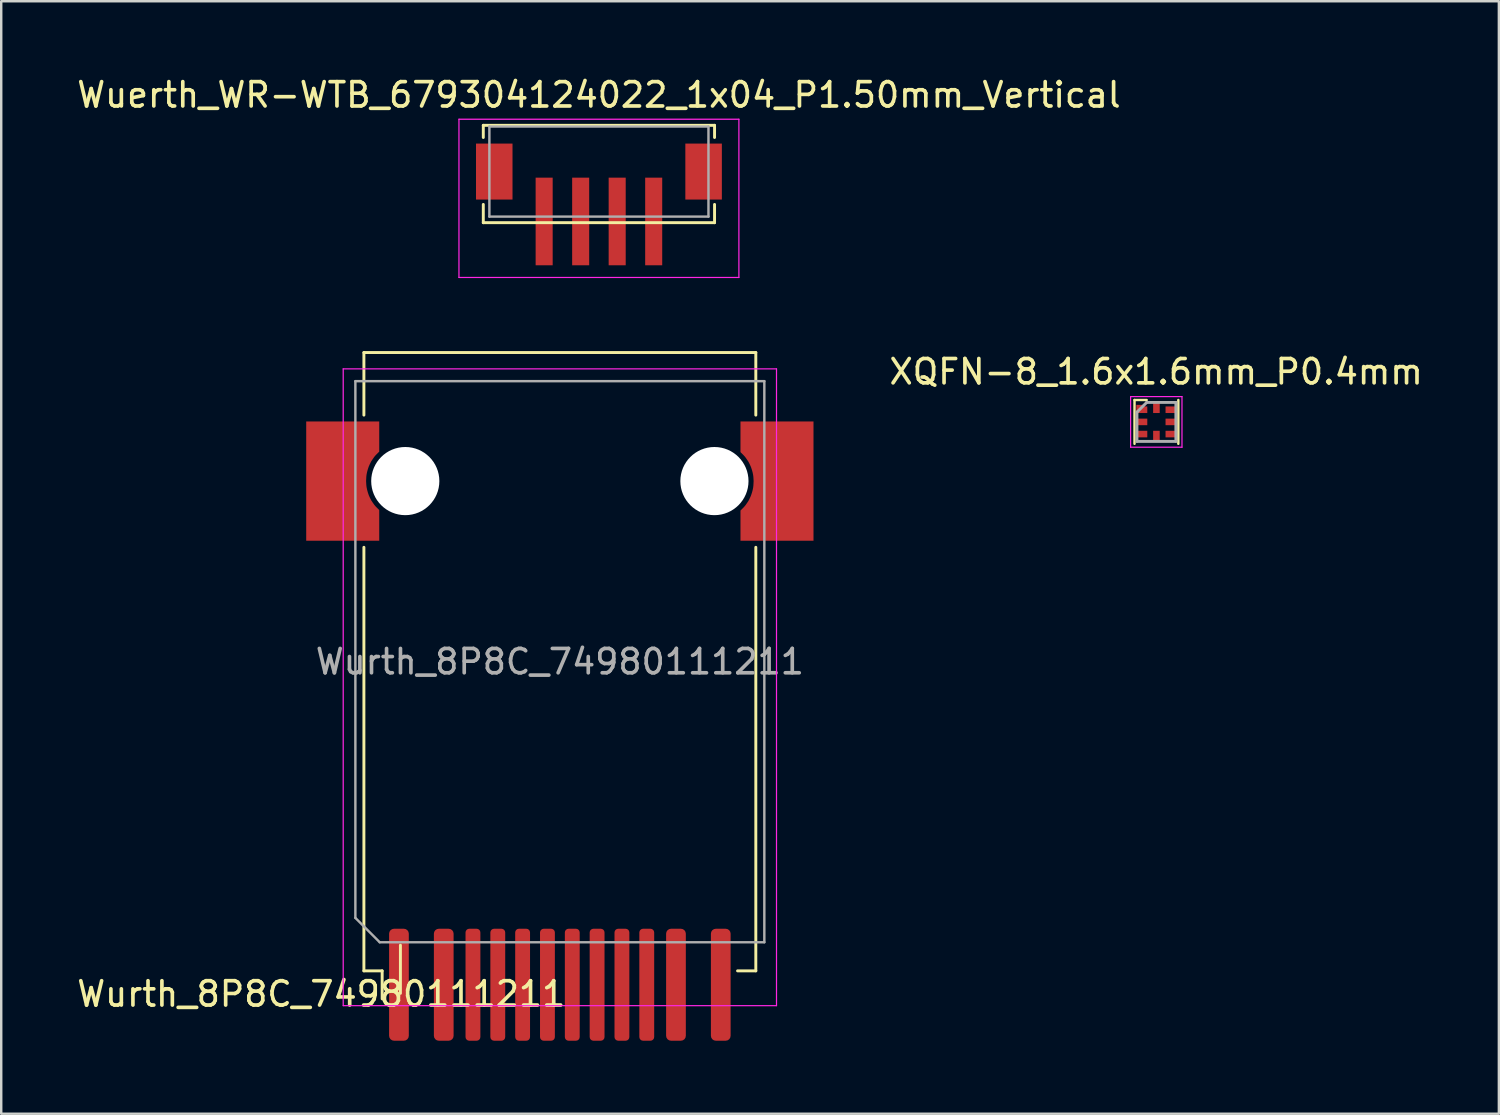
<source format=kicad_pcb>
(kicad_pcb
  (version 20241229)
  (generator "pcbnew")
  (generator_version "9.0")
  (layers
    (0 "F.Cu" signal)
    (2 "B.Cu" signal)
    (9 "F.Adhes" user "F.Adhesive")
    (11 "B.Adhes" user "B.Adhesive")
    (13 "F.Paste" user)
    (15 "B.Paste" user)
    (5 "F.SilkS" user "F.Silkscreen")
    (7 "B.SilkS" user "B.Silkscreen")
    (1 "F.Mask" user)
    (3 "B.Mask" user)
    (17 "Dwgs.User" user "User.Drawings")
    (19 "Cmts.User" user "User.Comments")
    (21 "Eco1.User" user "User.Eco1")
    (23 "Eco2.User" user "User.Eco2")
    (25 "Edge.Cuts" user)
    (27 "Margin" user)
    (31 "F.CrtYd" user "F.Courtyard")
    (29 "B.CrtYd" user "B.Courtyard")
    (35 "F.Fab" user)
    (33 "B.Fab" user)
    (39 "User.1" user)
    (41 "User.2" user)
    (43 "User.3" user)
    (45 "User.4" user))
  (footprint "Wuerth_WR-WTB_679304124022_1x04_P1.50mm_Vertical"
    (layer "F.Cu")
    (at 21.554 2.848)
    (property "Reference" "Wuerth_WR-WTB_679304124022_1x04_P1.50mm_Vertical" (at 0 -2 0) (layer "F.SilkS") (effects (font (size 1 1) (thickness 0.15))))
    (attr through_hole)
    (fp_line (start -4.75 -0.75) (end -4.75 -0.25) (stroke (width 0.12) (type solid)) (layer "F.SilkS"))
    (fp_line (start -4.75 -0.75) (end 4.75 -0.75) (stroke (width 0.12) (type solid)) (layer "F.SilkS"))
    (fp_line (start -4.75 2.5) (end -4.75 3.25) (stroke (width 0.12) (type solid)) (layer "F.SilkS"))
    (fp_line (start -4.75 3.25) (end 4.75 3.25) (stroke (width 0.12) (type solid)) (layer "F.SilkS"))
    (fp_line (start 4.75 -0.75) (end 4.75 -0.25) (stroke (width 0.12) (type solid)) (layer "F.SilkS"))
    (fp_line (start 4.75 2.5) (end 4.75 3.25) (stroke (width 0.12) (type solid)) (layer "F.SilkS"))
    (fp_line (start -5.75 -1) (end 5.75 -1) (stroke (width 0.05) (type solid)) (layer "F.CrtYd"))
    (fp_line (start -5.75 5.5) (end -5.75 -1) (stroke (width 0.05) (type solid)) (layer "F.CrtYd"))
    (fp_line (start 5.75 -1) (end 5.75 5.5) (stroke (width 0.05) (type solid)) (layer "F.CrtYd"))
    (fp_line (start 5.75 5.5) (end -5.75 5.5) (stroke (width 0.05) (type solid)) (layer "F.CrtYd"))
    (fp_line (start -4.5 3) (end -4.5 -0.7) (stroke (width 0.1) (type solid)) (layer "F.Fab"))
    (fp_line (start 4.5 -0.7) (end -4.5 -0.7) (stroke (width 0.1) (type solid)) (layer "F.Fab"))
    (fp_line (start 4.5 3) (end -4.5 3) (stroke (width 0.1) (type solid)) (layer "F.Fab"))
    (fp_line (start 4.5 3) (end 4.5 -0.7) (stroke (width 0.1) (type solid)) (layer "F.Fab"))
    (pad "1" smd rect (at -2.25 3.2) (size 0.7 3.6) (layers "F.Cu" "F.Mask" "F.Paste"))
    (pad "2" smd rect (at -0.75 3.2) (size 0.7 3.6) (layers "F.Cu" "F.Mask" "F.Paste"))
    (pad "3" smd rect (at 0.75 3.2) (size 0.7 3.6) (layers "F.Cu" "F.Mask" "F.Paste"))
    (pad "4" smd rect (at -4.3 1.15) (size 1.5 2.3) (layers "F.Cu" "F.Mask" "F.Paste"))
    (pad "4" smd rect (at 2.25 3.2) (size 0.7 3.6) (layers "F.Cu" "F.Mask" "F.Paste"))
    (pad "4" smd rect (at 4.3 1.15) (size 1.5 2.3) (layers "F.Cu" "F.Mask" "F.Paste")))
  (footprint "XQFN-8_1.6x1.6mm_P0.4mm"
    (layer "F.Cu")
    (at 44.446 14.222)
    (property "Reference" "XQFN-8_1.6x1.6mm_P0.4mm" (at 0 -2 0) (layer "F.SilkS") (effects (font (size 1 1) (thickness 0.15))))
    (attr smd)
    (fp_line (start -0.89 -0.84) (end -0.89 0.96) (stroke (width 0.1) (type solid)) (layer "F.SilkS"))
    (fp_line (start -0.39 -0.84) (end -0.89 -0.84) (stroke (width 0.1) (type solid)) (layer "F.SilkS"))
    (fp_line (start 0.91 0.96) (end 0.91 -0.84) (stroke (width 0.1) (type solid)) (layer "F.SilkS"))
    (fp_line (start -1.05 1.1) (end -1.05 -0.98) (stroke (width 0.05) (type solid)) (layer "F.CrtYd"))
    (fp_line (start 1.06 -0.98) (end -1.05 -0.98) (stroke (width 0.05) (type solid)) (layer "F.CrtYd"))
    (fp_line (start 1.06 1.1) (end -1.05 1.1) (stroke (width 0.05) (type solid)) (layer "F.CrtYd"))
    (fp_line (start 1.06 1.1) (end 1.06 -0.98) (stroke (width 0.05) (type solid)) (layer "F.CrtYd"))
    (fp_line (start -0.79 -0.34) (end -0.79 0.86) (stroke (width 0.12) (type solid)) (layer "F.Fab"))
    (fp_line (start -0.79 -0.34) (end -0.39 -0.74) (stroke (width 0.12) (type solid)) (layer "F.Fab"))
    (fp_line (start 0.81 -0.74) (end -0.39 -0.74) (stroke (width 0.12) (type solid)) (layer "F.Fab"))
    (fp_line (start 0.81 -0.74) (end 0.81 0.86) (stroke (width 0.12) (type solid)) (layer "F.Fab"))
    (fp_line (start 0.81 0.86) (end -0.79 0.86) (stroke (width 0.12) (type solid)) (layer "F.Fab"))
    (pad "1" smd custom (at -0.59 -0.44 180) (size 0.45 0.27) (layers "F.Cu" "F.Mask" "F.Paste") (options (anchor rect)) (primitives (gr_poly (pts (xy -0.1 0) (xy 0.225 0) (xy 0.225 0.2) (xy -0.1 0.2)) (width 0) (fill yes))))
    (pad "2" smd rect (at -0.59 0.06 180) (size 0.45 0.27) (layers "F.Cu" "F.Mask" "F.Paste"))
    (pad "3" smd rect (at -0.59 0.56 180) (size 0.45 0.27) (layers "F.Cu" "F.Mask" "F.Paste"))
    (pad "4" smd rect (at 0.01 0.65 180) (size 0.27 0.45) (layers "F.Cu" "F.Mask" "F.Paste"))
    (pad "5" smd rect (at 0.61 0.56 180) (size 0.45 0.27) (layers "F.Cu" "F.Mask" "F.Paste"))
    (pad "6" smd rect (at 0.61 0.06 180) (size 0.45 0.27) (layers "F.Cu" "F.Mask" "F.Paste"))
    (pad "7" smd rect (at 0.61 -0.44 180) (size 0.45 0.27) (layers "F.Cu" "F.Mask" "F.Paste"))
    (pad "8" smd rect (at 0.01 -0.53 180) (size 0.27 0.45) (layers "F.Cu" "F.Mask" "F.Paste")))
  (footprint "Wurth_8P8C_74980111211"
    (layer "F.Cu")
    (at 19.949 24.133)
    (property "Reference" "Wurth_8P8C_74980111211" (at -9.8 13.65 0) (layer "F.SilkS") (effects (font (size 1 1) (thickness 0.15))))
    (attr smd)
    (fp_line (start -8.05 -12.7) (end 8.05 -12.7) (stroke (width 0.12) (type solid)) (layer "F.SilkS"))
    (fp_line (start -8.05 -10.13) (end -8.05 -12.7) (stroke (width 0.12) (type solid)) (layer "F.SilkS"))
    (fp_line (start -8.05 12.7) (end -8.05 -4.7) (stroke (width 0.12) (type solid)) (layer "F.SilkS"))
    (fp_line (start -7.3 12.7) (end -8.05 12.7) (stroke (width 0.12) (type solid)) (layer "F.SilkS"))
    (fp_line (start -7.3 12.7) (end -7.3 13.85) (stroke (width 0.12) (type solid)) (layer "F.SilkS"))
    (fp_line (start -6.55 11.645) (end -6.55 13.625) (stroke (width 0.12) (type solid)) (layer "F.SilkS"))
    (fp_line (start 7.3 12.7) (end 8.05 12.7) (stroke (width 0.12) (type solid)) (layer "F.SilkS"))
    (fp_line (start 8.05 -10.13) (end 8.05 -12.7) (stroke (width 0.12) (type solid)) (layer "F.SilkS"))
    (fp_line (start 8.05 12.7) (end 8.05 -4.7) (stroke (width 0.12) (type solid)) (layer "F.SilkS"))
    (fp_line (start -8.9 -12.03) (end -8.9 14.13) (stroke (width 0.05) (type solid)) (layer "F.CrtYd"))
    (fp_line (start -8.9 -12.03) (end 8.9 -12.03) (stroke (width 0.05) (type solid)) (layer "F.CrtYd"))
    (fp_line (start -8.9 14.13) (end 8.9 14.13) (stroke (width 0.05) (type solid)) (layer "F.CrtYd"))
    (fp_line (start 8.9 -12.03) (end 8.9 14.13) (stroke (width 0.05) (type solid)) (layer "F.CrtYd"))
    (fp_line (start -8.4 -11.525) (end -8.4 10.525) (stroke (width 0.1) (type solid)) (layer "F.Fab"))
    (fp_line (start -7.4 11.525) (end -8.4 10.525) (stroke (width 0.1) (type solid)) (layer "F.Fab"))
    (fp_line (start -7.4 11.525) (end 8.4 11.525) (stroke (width 0.1) (type solid)) (layer "F.Fab"))
    (fp_line (start 8.4 -11.525) (end -8.4 -11.525) (stroke (width 0.1) (type solid)) (layer "F.Fab"))
    (fp_line (start 8.4 -11.525) (end 8.4 11.525) (stroke (width 0.1) (type solid)) (layer "F.Fab"))
    (fp_text user "${REFERENCE}" (at 0 0 180) (layer "F.Fab") (effects (font (size 1 1) (thickness 0.15))))
    (pad "" np_thru_hole circle (at -6.35 -7.42 90) (size 2.8 2.8) (drill 2.8) (layers "*.Cu" "*.Mask"))
    (pad "" np_thru_hole circle (at 6.35 -7.42 90) (size 2.8 2.8) (drill 2.8) (layers "*.Cu" "*.Mask"))
    (pad "1" smd roundrect (at -6.61 13.27 90) (size 4.6 0.81) (layers "F.Cu" "F.Mask" "F.Paste") (roundrect_rratio 0.25))
    (pad "2" smd roundrect (at -4.77 13.27 90) (size 4.6 0.81) (layers "F.Cu" "F.Mask" "F.Paste") (roundrect_rratio 0.25))
    (pad "3" smd roundrect (at -3.57 13.27 90) (size 4.6 0.61) (layers "F.Cu" "F.Mask" "F.Paste") (roundrect_rratio 0.25))
    (pad "4" smd roundrect (at -2.55 13.27 90) (size 4.6 0.61) (layers "F.Cu" "F.Mask" "F.Paste") (roundrect_rratio 0.25))
    (pad "5" smd roundrect (at -1.53 13.27 90) (size 4.6 0.61) (layers "F.Cu" "F.Mask" "F.Paste") (roundrect_rratio 0.25))
    (pad "6" smd roundrect (at -0.51 13.27 90) (size 4.6 0.61) (layers "F.Cu" "F.Mask" "F.Paste") (roundrect_rratio 0.25))
    (pad "7" smd roundrect (at 0.51 13.27 90) (size 4.6 0.61) (layers "F.Cu" "F.Mask" "F.Paste") (roundrect_rratio 0.25))
    (pad "8" smd roundrect (at 1.53 13.27 90) (size 4.6 0.61) (layers "F.Cu" "F.Mask" "F.Paste") (roundrect_rratio 0.25))
    (pad "9" smd roundrect (at 2.55 13.27 90) (size 4.6 0.61) (layers "F.Cu" "F.Mask" "F.Paste") (roundrect_rratio 0.25))
    (pad "10" smd roundrect (at 3.57 13.27 90) (size 4.6 0.61) (layers "F.Cu" "F.Mask" "F.Paste") (roundrect_rratio 0.25))
    (pad "11" smd roundrect (at 4.77 13.27 90) (size 4.6 0.81) (layers "F.Cu" "F.Mask" "F.Paste") (roundrect_rratio 0.25))
    (pad "12" smd roundrect (at 6.61 13.27 90) (size 4.6 0.81) (layers "F.Cu" "F.Mask" "F.Paste") (roundrect_rratio 0.25))
    (pad "SH" smd custom (at -9.22 -7.42) (size 2.4 4.9) (layers "F.Cu" "F.Mask" "F.Paste") (options (anchor circle)) (primitives (gr_poly (pts (xy 1.8 1.19) (xy 1.73 1.12) (xy 1.66 1.05) (xy 1.6 0.98) (xy 1.53 0.88) (xy 1.47 0.79) (xy 1.41 0.67) (xy 1.37 0.58) (xy 1.33 0.46) (xy 1.3 0.35) (xy 1.28 0.25) (xy 1.27 0.17) (xy 1.26 0) (xy -1.2 0) (xy -1.2 2.45) (xy 1.8 2.45)) (width 0) (fill yes)) (gr_poly (pts (xy 1.8 -1.21) (xy 1.73 -1.14) (xy 1.66 -1.07) (xy 1.6 -1) (xy 1.53 -0.9) (xy 1.47 -0.81) (xy 1.41 -0.69) (xy 1.37 -0.6) (xy 1.33 -0.48) (xy 1.3 -0.37) (xy 1.28 -0.27) (xy 1.27 -0.19) (xy 1.26 0) (xy -1.2 0) (xy -1.2 -2.45) (xy 1.8 -2.45)) (width 0) (fill yes))))
    (pad "SH" smd custom (at 9.22 -7.42 180) (size 2.4 4.9) (layers "F.Cu" "F.Mask" "F.Paste") (options (anchor circle)) (primitives (gr_poly (pts (xy 1.8 1.19) (xy 1.73 1.12) (xy 1.66 1.05) (xy 1.6 0.98) (xy 1.53 0.88) (xy 1.47 0.79) (xy 1.41 0.67) (xy 1.37 0.58) (xy 1.33 0.46) (xy 1.3 0.35) (xy 1.28 0.25) (xy 1.27 0.17) (xy 1.26 0) (xy -1.2 0) (xy -1.2 2.45) (xy 1.8 2.45)) (width 0) (fill yes)) (gr_poly (pts (xy 1.8 -1.21) (xy 1.73 -1.14) (xy 1.66 -1.07) (xy 1.6 -1) (xy 1.53 -0.9) (xy 1.47 -0.81) (xy 1.41 -0.69) (xy 1.37 -0.6) (xy 1.33 -0.48) (xy 1.3 -0.37) (xy 1.28 -0.27) (xy 1.27 -0.19) (xy 1.26 0) (xy -1.2 0) (xy -1.2 -2.45) (xy 1.8 -2.45)) (width 0) (fill yes)))))
  (gr_rect
    (start -3 -3)
    (end 58.524 42.703)
    (stroke (width 0.1) (type default))
    (fill no)
    (layer "Edge.Cuts")))
</source>
